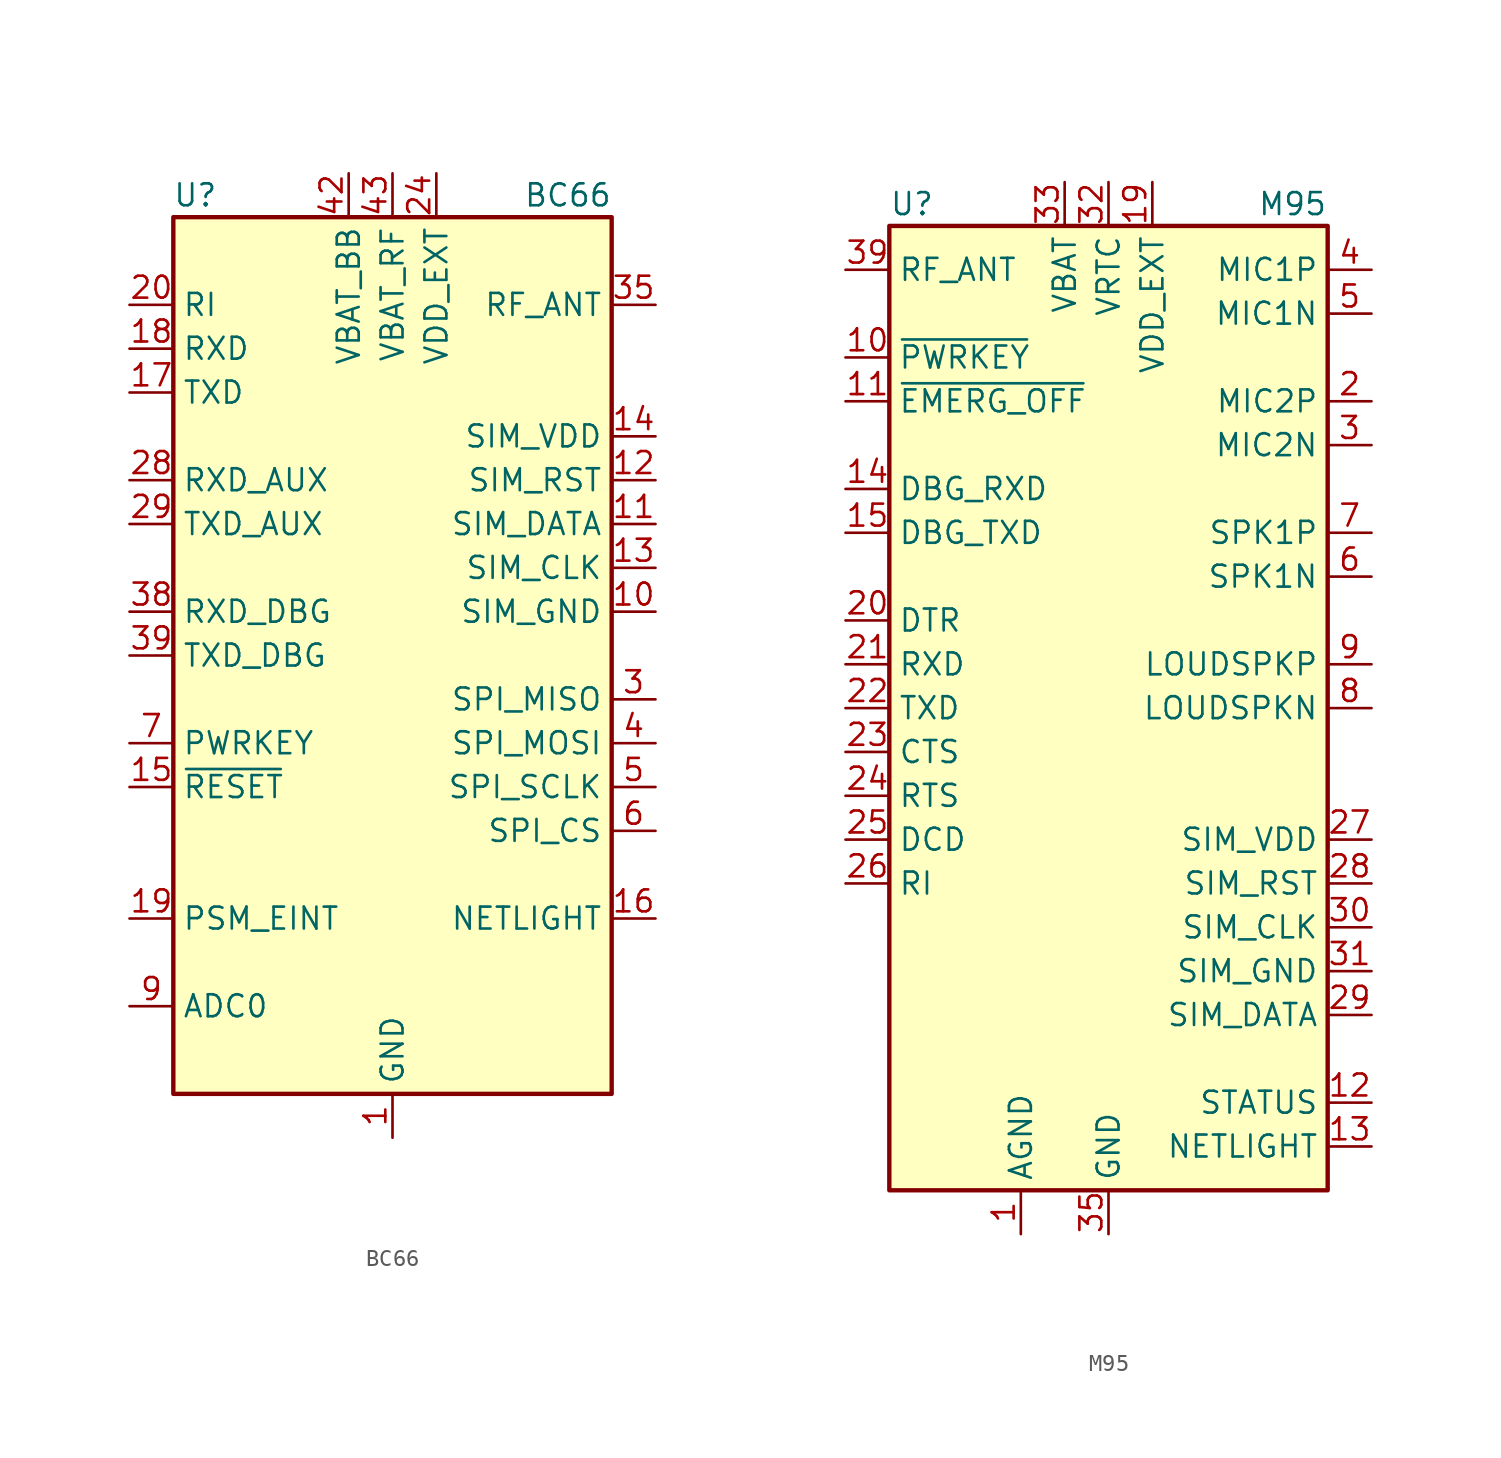
<source format=kicad_sym>
(kicad_symbol_lib
  (version 20200908)
  (generator kicad_symbol_editor)
  (symbol "RF_GSM:BC66"
    (property "Reference" "U"
      (at -11.43 26.67 0)
      (effects (font (size 1.27 1.27))))
    (property "Value" "BC66"
      (at 10.16 26.67 0)
      (effects (font (size 1.27 1.27))))
    (symbol "BC66_0_1"
      (rectangle (start -12.7 25.4) (end 12.7 -25.4) (stroke (width 0.254)) (fill (type background))))
    (symbol "BC66_1_1"
      (pin power_in line (at 0 -27.94 90) (length 2.54) (name "GND" (effects (font (size 1.27 1.27)))) (number "1" (effects (font (size 1.27 1.27)))))
      (pin power_out line (at 15.24 2.54 180) (length 2.54) (name "SIM_GND" (effects (font (size 1.27 1.27)))) (number "10" (effects (font (size 1.27 1.27)))))
      (pin bidirectional line (at 15.24 7.62 180) (length 2.54) (name "SIM_DATA" (effects (font (size 1.27 1.27)))) (number "11" (effects (font (size 1.27 1.27)))))
      (pin output line (at 15.24 10.16 180) (length 2.54) (name "SIM_RST" (effects (font (size 1.27 1.27)))) (number "12" (effects (font (size 1.27 1.27)))))
      (pin output line (at 15.24 5.08 180) (length 2.54) (name "SIM_CLK" (effects (font (size 1.27 1.27)))) (number "13" (effects (font (size 1.27 1.27)))))
      (pin power_out line (at 15.24 12.7 180) (length 2.54) (name "SIM_VDD" (effects (font (size 1.27 1.27)))) (number "14" (effects (font (size 1.27 1.27)))))
      (pin input line (at -15.24 -7.62 0) (length 2.54) (name "~RESET" (effects (font (size 1.27 1.27)))) (number "15" (effects (font (size 1.27 1.27)))))
      (pin output line (at 15.24 -15.24 180) (length 2.54) (name "NETLIGHT" (effects (font (size 1.27 1.27)))) (number "16" (effects (font (size 1.27 1.27)))))
      (pin output line (at -15.24 15.24 0) (length 2.54) (name "TXD" (effects (font (size 1.27 1.27)))) (number "17" (effects (font (size 1.27 1.27)))))
      (pin input line (at -15.24 17.78 0) (length 2.54) (name "RXD" (effects (font (size 1.27 1.27)))) (number "18" (effects (font (size 1.27 1.27)))))
      (pin input line (at -15.24 -15.24 0) (length 2.54) (name "PSM_EINT" (effects (font (size 1.27 1.27)))) (number "19" (effects (font (size 1.27 1.27)))))
      (pin unconnected line (at -5.08 25.4 270) (length 2.54) hide (name "RESERVED" (effects (font (size 1.27 1.27)))) (number "2" (effects (font (size 1.27 1.27)))))
      (pin output line (at -15.24 20.32 0) (length 2.54) (name "RI" (effects (font (size 1.27 1.27)))) (number "20" (effects (font (size 1.27 1.27)))))
      (pin unconnected line (at -12.7 12.7 0) (length 2.54) hide (name "RESERVED" (effects (font (size 1.27 1.27)))) (number "21" (effects (font (size 1.27 1.27)))))
      (pin unconnected line (at -12.7 5.08 0) (length 2.54) hide (name "RESERVED" (effects (font (size 1.27 1.27)))) (number "22" (effects (font (size 1.27 1.27)))))
      (pin unconnected line (at -12.7 -2.54 0) (length 2.54) hide (name "RESERVED" (effects (font (size 1.27 1.27)))) (number "23" (effects (font (size 1.27 1.27)))))
      (pin power_out line (at 2.54 27.94 270) (length 2.54) (name "VDD_EXT" (effects (font (size 1.27 1.27)))) (number "24" (effects (font (size 1.27 1.27)))))
      (pin unconnected line (at -12.7 -10.16 0) (length 2.54) hide (name "RESERVED" (effects (font (size 1.27 1.27)))) (number "25" (effects (font (size 1.27 1.27)))))
      (pin unconnected line (at -12.7 -17.78 0) (length 2.54) hide (name "RESERVED" (effects (font (size 1.27 1.27)))) (number "26" (effects (font (size 1.27 1.27)))))
      (pin passive line (at 0 -27.94 90) (length 2.54) hide (name "GND" (effects (font (size 1.27 1.27)))) (number "27" (effects (font (size 1.27 1.27)))))
      (pin input line (at -15.24 10.16 0) (length 2.54) (name "RXD_AUX" (effects (font (size 1.27 1.27)))) (number "28" (effects (font (size 1.27 1.27)))))
      (pin output line (at -15.24 7.62 0) (length 2.54) (name "TXD_AUX" (effects (font (size 1.27 1.27)))) (number "29" (effects (font (size 1.27 1.27)))))
      (pin input line (at 15.24 -2.54 180) (length 2.54) (name "SPI_MISO" (effects (font (size 1.27 1.27)))) (number "3" (effects (font (size 1.27 1.27)))))
      (pin unconnected line (at -12.7 -22.86 0) (length 2.54) hide (name "RESERVED" (effects (font (size 1.27 1.27)))) (number "30" (effects (font (size 1.27 1.27)))))
      (pin unconnected line (at -10.16 -25.4 90) (length 2.54) hide (name "RESERVED" (effects (font (size 1.27 1.27)))) (number "31" (effects (font (size 1.27 1.27)))))
      (pin unconnected line (at -7.62 -25.4 90) (length 2.54) hide (name "RESERVED" (effects (font (size 1.27 1.27)))) (number "32" (effects (font (size 1.27 1.27)))))
      (pin unconnected line (at -5.08 -25.4 90) (length 2.54) hide (name "RESERVED" (effects (font (size 1.27 1.27)))) (number "33" (effects (font (size 1.27 1.27)))))
      (pin passive line (at 0 -27.94 90) (length 2.54) hide (name "GND" (effects (font (size 1.27 1.27)))) (number "34" (effects (font (size 1.27 1.27)))))
      (pin passive line (at 15.24 20.32 180) (length 2.54) (name "RF_ANT" (effects (font (size 1.27 1.27)))) (number "35" (effects (font (size 1.27 1.27)))))
      (pin passive line (at 0 -27.94 90) (length 2.54) hide (name "GND" (effects (font (size 1.27 1.27)))) (number "36" (effects (font (size 1.27 1.27)))))
      (pin passive line (at 0 -27.94 90) (length 2.54) hide (name "GND" (effects (font (size 1.27 1.27)))) (number "37" (effects (font (size 1.27 1.27)))))
      (pin input line (at -15.24 2.54 0) (length 2.54) (name "RXD_DBG" (effects (font (size 1.27 1.27)))) (number "38" (effects (font (size 1.27 1.27)))))
      (pin output line (at -15.24 0 0) (length 2.54) (name "TXD_DBG" (effects (font (size 1.27 1.27)))) (number "39" (effects (font (size 1.27 1.27)))))
      (pin output line (at 15.24 -5.08 180) (length 2.54) (name "SPI_MOSI" (effects (font (size 1.27 1.27)))) (number "4" (effects (font (size 1.27 1.27)))))
      (pin passive line (at 0 -27.94 90) (length 2.54) hide (name "GND" (effects (font (size 1.27 1.27)))) (number "40" (effects (font (size 1.27 1.27)))))
      (pin passive line (at 0 -27.94 90) (length 2.54) hide (name "GND" (effects (font (size 1.27 1.27)))) (number "41" (effects (font (size 1.27 1.27)))))
      (pin power_in line (at -2.54 27.94 270) (length 2.54) (name "VBAT_BB" (effects (font (size 1.27 1.27)))) (number "42" (effects (font (size 1.27 1.27)))))
      (pin power_in line (at 0 27.94 270) (length 2.54) (name "VBAT_RF" (effects (font (size 1.27 1.27)))) (number "43" (effects (font (size 1.27 1.27)))))
      (pin unconnected line (at -2.54 -25.4 90) (length 2.54) hide (name "RESERVED" (effects (font (size 1.27 1.27)))) (number "44" (effects (font (size 1.27 1.27)))))
      (pin unconnected line (at 5.08 -25.4 90) (length 2.54) hide (name "RESERVED" (effects (font (size 1.27 1.27)))) (number "45" (effects (font (size 1.27 1.27)))))
      (pin unconnected line (at 7.62 -25.4 90) (length 2.54) hide (name "RESERVED" (effects (font (size 1.27 1.27)))) (number "46" (effects (font (size 1.27 1.27)))))
      (pin unconnected line (at 10.16 -25.4 90) (length 2.54) hide (name "RESERVED" (effects (font (size 1.27 1.27)))) (number "47" (effects (font (size 1.27 1.27)))))
      (pin unconnected line (at 12.7 -22.86 180) (length 2.54) hide (name "RESERVED" (effects (font (size 1.27 1.27)))) (number "48" (effects (font (size 1.27 1.27)))))
      (pin unconnected line (at 12.7 -20.32 180) (length 2.54) hide (name "RESERVED" (effects (font (size 1.27 1.27)))) (number "49" (effects (font (size 1.27 1.27)))))
      (pin output line (at 15.24 -7.62 180) (length 2.54) (name "SPI_SCLK" (effects (font (size 1.27 1.27)))) (number "5" (effects (font (size 1.27 1.27)))))
      (pin unconnected line (at 12.7 -17.78 180) (length 2.54) hide (name "RESERVED" (effects (font (size 1.27 1.27)))) (number "50" (effects (font (size 1.27 1.27)))))
      (pin unconnected line (at -12.7 -12.7 0) (length 2.54) hide (name "RESERVED" (effects (font (size 1.27 1.27)))) (number "51" (effects (font (size 1.27 1.27)))))
      (pin unconnected line (at 12.7 -12.7 180) (length 2.54) hide (name "RESERVED" (effects (font (size 1.27 1.27)))) (number "52" (effects (font (size 1.27 1.27)))))
      (pin unconnected line (at 12.7 0 180) (length 2.54) hide (name "RESERVED" (effects (font (size 1.27 1.27)))) (number "53" (effects (font (size 1.27 1.27)))))
      (pin unconnected line (at 2.54 -25.4 90) (length 2.54) hide (name "RESERVED" (effects (font (size 1.27 1.27)))) (number "54" (effects (font (size 1.27 1.27)))))
      (pin unconnected line (at 12.7 17.78 180) (length 2.54) hide (name "RESERVED" (effects (font (size 1.27 1.27)))) (number "55" (effects (font (size 1.27 1.27)))))
      (pin unconnected line (at 12.7 15.24 180) (length 2.54) hide (name "RESERVED" (effects (font (size 1.27 1.27)))) (number "56" (effects (font (size 1.27 1.27)))))
      (pin unconnected line (at 12.7 22.86 180) (length 2.54) hide (name "RESERVED" (effects (font (size 1.27 1.27)))) (number "57" (effects (font (size 1.27 1.27)))))
      (pin unconnected line (at 5.08 25.4 270) (length 2.54) hide (name "RESERVED" (effects (font (size 1.27 1.27)))) (number "58" (effects (font (size 1.27 1.27)))))
      (pin output line (at 15.24 -10.16 180) (length 2.54) (name "SPI_CS" (effects (font (size 1.27 1.27)))) (number "6" (effects (font (size 1.27 1.27)))))
      (pin input line (at -15.24 -5.08 0) (length 2.54) (name "PWRKEY" (effects (font (size 1.27 1.27)))) (number "7" (effects (font (size 1.27 1.27)))))
      (pin unconnected line (at -12.7 22.86 0) (length 2.54) hide (name "RESERVED" (effects (font (size 1.27 1.27)))) (number "8" (effects (font (size 1.27 1.27)))))
      (pin input line (at -15.24 -20.32 0) (length 2.54) (name "ADC0" (effects (font (size 1.27 1.27)))) (number "9" (effects (font (size 1.27 1.27)))))))
  (symbol "RF_GSM:M95"
    (property "Reference" "U"
      (at -12.7 29.21 0)
      (effects (font (size 1.27 1.27)) (justify left)))
    (property "Value" "M95"
      (at 12.7 29.21 0)
      (effects (font (size 1.27 1.27)) (justify right)))
    (symbol "M95_0_1"
      (rectangle (start -12.7 27.94) (end 12.7 -27.94) (stroke (width 0.254)) (fill (type background))))
    (symbol "M95_1_1"
      (pin power_in line (at -5.08 -30.48 90) (length 2.54) (name "AGND" (effects (font (size 1.27 1.27)))) (number "1" (effects (font (size 1.27 1.27)))))
      (pin input line (at -15.24 20.32 0) (length 2.54) (name "~PWRKEY" (effects (font (size 1.27 1.27)))) (number "10" (effects (font (size 1.27 1.27)))))
      (pin input line (at -15.24 17.78 0) (length 2.54) (name "~EMERG_OFF" (effects (font (size 1.27 1.27)))) (number "11" (effects (font (size 1.27 1.27)))))
      (pin output line (at 15.24 -22.86 180) (length 2.54) (name "STATUS" (effects (font (size 1.27 1.27)))) (number "12" (effects (font (size 1.27 1.27)))))
      (pin output line (at 15.24 -25.4 180) (length 2.54) (name "NETLIGHT" (effects (font (size 1.27 1.27)))) (number "13" (effects (font (size 1.27 1.27)))))
      (pin input line (at -15.24 12.7 0) (length 2.54) (name "DBG_RXD" (effects (font (size 1.27 1.27)))) (number "14" (effects (font (size 1.27 1.27)))))
      (pin output line (at -15.24 10.16 0) (length 2.54) (name "DBG_TXD" (effects (font (size 1.27 1.27)))) (number "15" (effects (font (size 1.27 1.27)))))
      (pin unconnected line (at -12.7 -12.7 0) (length 2.54) hide (name "RESERVED" (effects (font (size 1.27 1.27)))) (number "16" (effects (font (size 1.27 1.27)))))
      (pin unconnected line (at -12.7 -15.24 0) (length 2.54) hide (name "RESERVED" (effects (font (size 1.27 1.27)))) (number "17" (effects (font (size 1.27 1.27)))))
      (pin unconnected line (at -12.7 -17.78 0) (length 2.54) hide (name "RESERVED" (effects (font (size 1.27 1.27)))) (number "18" (effects (font (size 1.27 1.27)))))
      (pin power_out line (at 2.54 30.48 270) (length 2.54) (name "VDD_EXT" (effects (font (size 1.27 1.27)))) (number "19" (effects (font (size 1.27 1.27)))))
      (pin input line (at 15.24 17.78 180) (length 2.54) (name "MIC2P" (effects (font (size 1.27 1.27)))) (number "2" (effects (font (size 1.27 1.27)))))
      (pin input line (at -15.24 5.08 0) (length 2.54) (name "DTR" (effects (font (size 1.27 1.27)))) (number "20" (effects (font (size 1.27 1.27)))))
      (pin input line (at -15.24 2.54 0) (length 2.54) (name "RXD" (effects (font (size 1.27 1.27)))) (number "21" (effects (font (size 1.27 1.27)))))
      (pin output line (at -15.24 0 0) (length 2.54) (name "TXD" (effects (font (size 1.27 1.27)))) (number "22" (effects (font (size 1.27 1.27)))))
      (pin output line (at -15.24 -2.54 0) (length 2.54) (name "CTS" (effects (font (size 1.27 1.27)))) (number "23" (effects (font (size 1.27 1.27)))))
      (pin input line (at -15.24 -5.08 0) (length 2.54) (name "RTS" (effects (font (size 1.27 1.27)))) (number "24" (effects (font (size 1.27 1.27)))))
      (pin output line (at -15.24 -7.62 0) (length 2.54) (name "DCD" (effects (font (size 1.27 1.27)))) (number "25" (effects (font (size 1.27 1.27)))))
      (pin output line (at -15.24 -10.16 0) (length 2.54) (name "RI" (effects (font (size 1.27 1.27)))) (number "26" (effects (font (size 1.27 1.27)))))
      (pin power_out line (at 15.24 -7.62 180) (length 2.54) (name "SIM_VDD" (effects (font (size 1.27 1.27)))) (number "27" (effects (font (size 1.27 1.27)))))
      (pin output line (at 15.24 -10.16 180) (length 2.54) (name "SIM_RST" (effects (font (size 1.27 1.27)))) (number "28" (effects (font (size 1.27 1.27)))))
      (pin bidirectional line (at 15.24 -17.78 180) (length 2.54) (name "SIM_DATA" (effects (font (size 1.27 1.27)))) (number "29" (effects (font (size 1.27 1.27)))))
      (pin input line (at 15.24 15.24 180) (length 2.54) (name "MIC2N" (effects (font (size 1.27 1.27)))) (number "3" (effects (font (size 1.27 1.27)))))
      (pin output line (at 15.24 -12.7 180) (length 2.54) (name "SIM_CLK" (effects (font (size 1.27 1.27)))) (number "30" (effects (font (size 1.27 1.27)))))
      (pin power_out line (at 15.24 -15.24 180) (length 2.54) (name "SIM_GND" (effects (font (size 1.27 1.27)))) (number "31" (effects (font (size 1.27 1.27)))))
      (pin power_in line (at 0 30.48 270) (length 2.54) (name "VRTC" (effects (font (size 1.27 1.27)))) (number "32" (effects (font (size 1.27 1.27)))))
      (pin power_in line (at -2.54 30.48 270) (length 2.54) (name "VBAT" (effects (font (size 1.27 1.27)))) (number "33" (effects (font (size 1.27 1.27)))))
      (pin passive line (at -2.54 30.48 270) (length 2.54) hide (name "VBAT" (effects (font (size 1.27 1.27)))) (number "34" (effects (font (size 1.27 1.27)))))
      (pin power_in line (at 0 -30.48 90) (length 2.54) (name "GND" (effects (font (size 1.27 1.27)))) (number "35" (effects (font (size 1.27 1.27)))))
      (pin passive line (at 0 -30.48 90) (length 2.54) hide (name "GND" (effects (font (size 1.27 1.27)))) (number "36" (effects (font (size 1.27 1.27)))))
      (pin passive line (at 0 -30.48 90) (length 2.54) hide (name "GND" (effects (font (size 1.27 1.27)))) (number "37" (effects (font (size 1.27 1.27)))))
      (pin passive line (at 0 -30.48 90) (length 2.54) hide (name "GND" (effects (font (size 1.27 1.27)))) (number "38" (effects (font (size 1.27 1.27)))))
      (pin passive line (at -15.24 25.4 0) (length 2.54) (name "RF_ANT" (effects (font (size 1.27 1.27)))) (number "39" (effects (font (size 1.27 1.27)))))
      (pin input line (at 15.24 25.4 180) (length 2.54) (name "MIC1P" (effects (font (size 1.27 1.27)))) (number "4" (effects (font (size 1.27 1.27)))))
      (pin passive line (at 0 -30.48 90) (length 2.54) hide (name "GND" (effects (font (size 1.27 1.27)))) (number "40" (effects (font (size 1.27 1.27)))))
      (pin unconnected line (at -12.7 -20.32 0) (length 2.54) hide (name "RESERVED" (effects (font (size 1.27 1.27)))) (number "41" (effects (font (size 1.27 1.27)))))
      (pin unconnected line (at -12.7 -22.86 0) (length 2.54) hide (name "RESERVED" (effects (font (size 1.27 1.27)))) (number "42" (effects (font (size 1.27 1.27)))))
      (pin input line (at 15.24 22.86 180) (length 2.54) (name "MIC1N" (effects (font (size 1.27 1.27)))) (number "5" (effects (font (size 1.27 1.27)))))
      (pin output line (at 15.24 7.62 180) (length 2.54) (name "SPK1N" (effects (font (size 1.27 1.27)))) (number "6" (effects (font (size 1.27 1.27)))))
      (pin output line (at 15.24 10.16 180) (length 2.54) (name "SPK1P" (effects (font (size 1.27 1.27)))) (number "7" (effects (font (size 1.27 1.27)))))
      (pin output line (at 15.24 0 180) (length 2.54) (name "LOUDSPKN" (effects (font (size 1.27 1.27)))) (number "8" (effects (font (size 1.27 1.27)))))
      (pin output line (at 15.24 2.54 180) (length 2.54) (name "LOUDSPKP" (effects (font (size 1.27 1.27)))) (number "9" (effects (font (size 1.27 1.27))))))))
</source>
